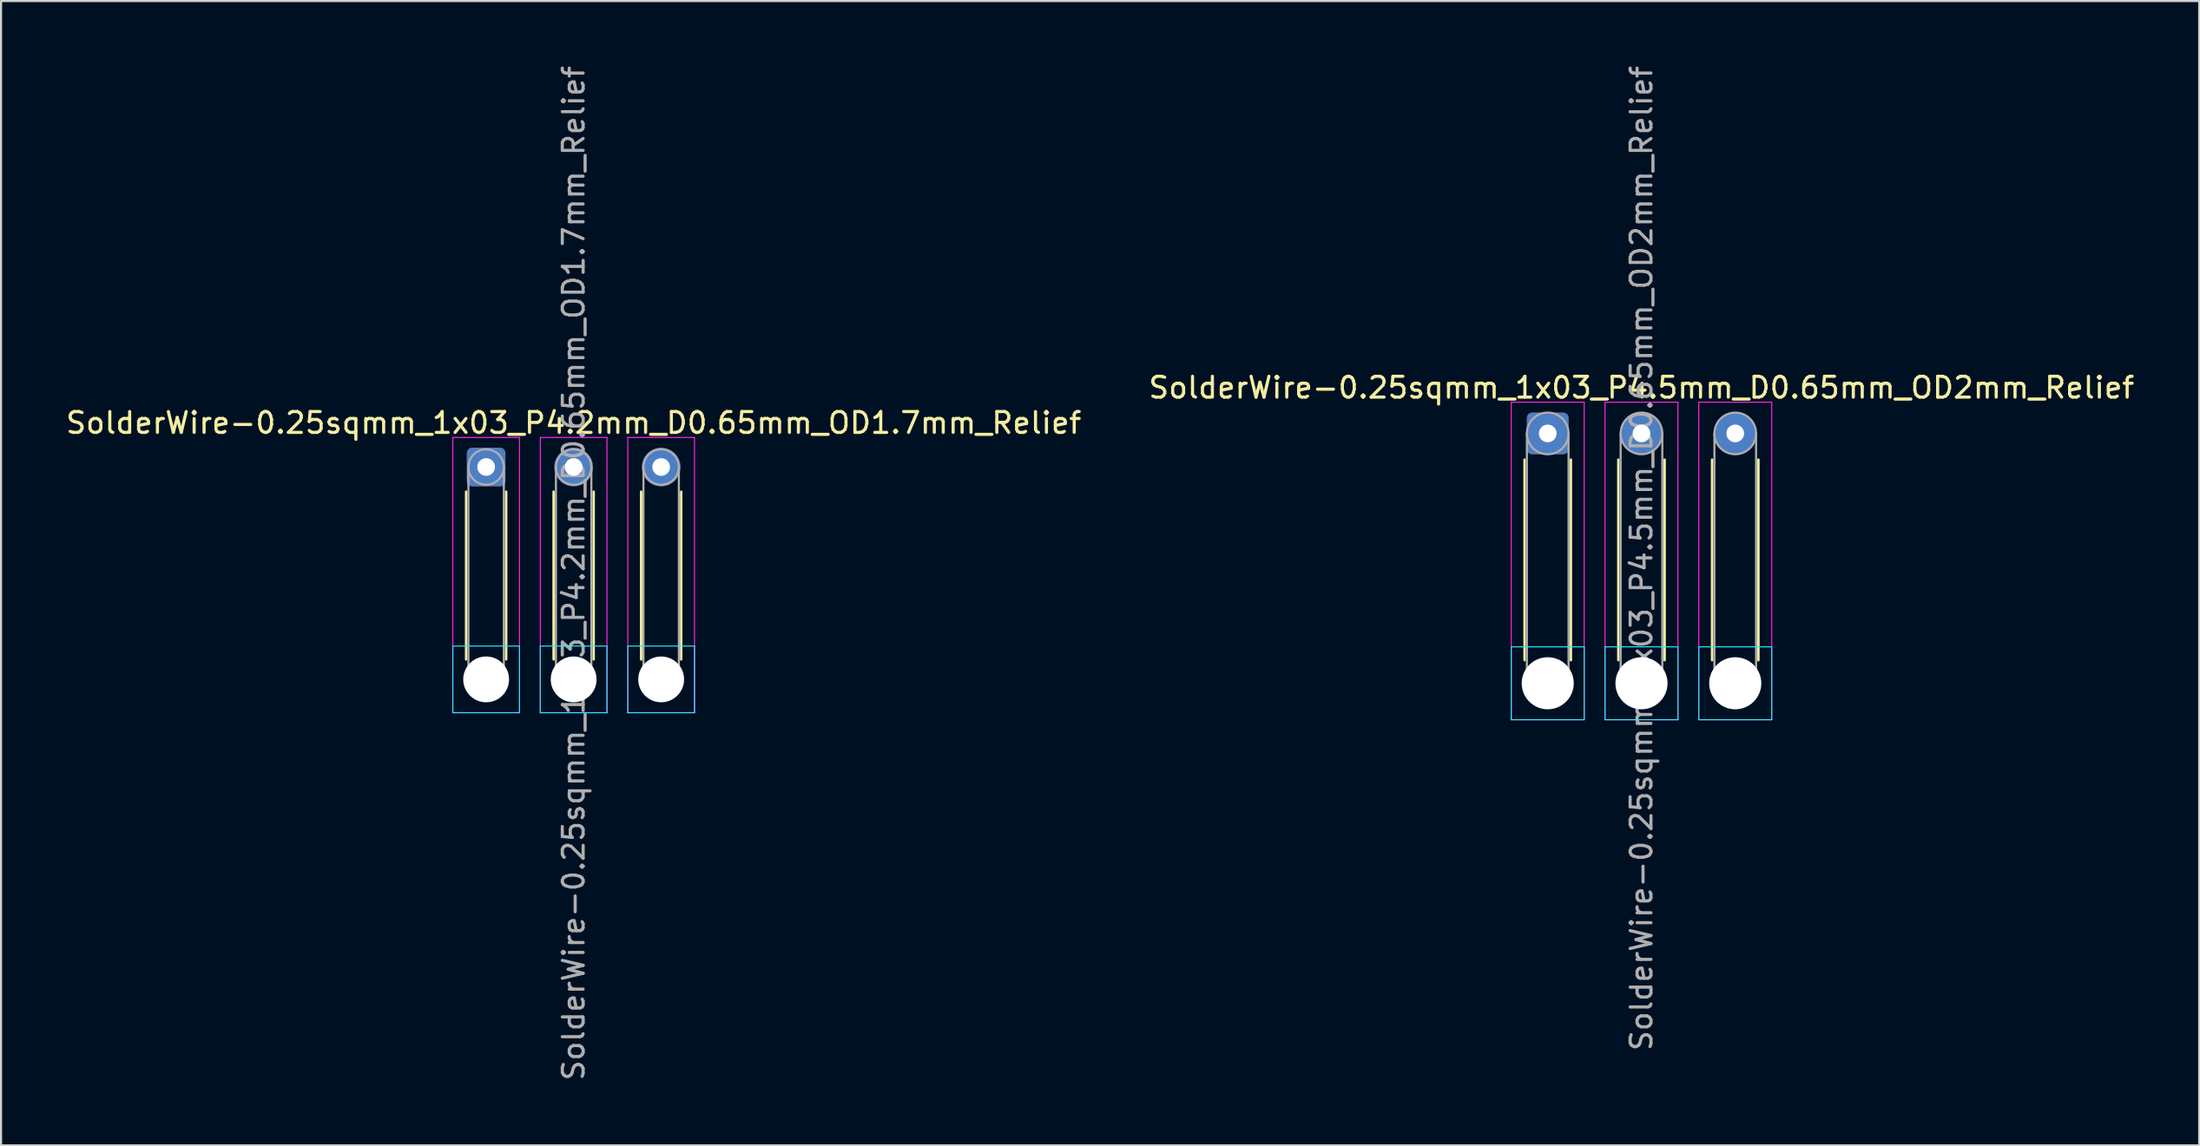
<source format=kicad_pcb>
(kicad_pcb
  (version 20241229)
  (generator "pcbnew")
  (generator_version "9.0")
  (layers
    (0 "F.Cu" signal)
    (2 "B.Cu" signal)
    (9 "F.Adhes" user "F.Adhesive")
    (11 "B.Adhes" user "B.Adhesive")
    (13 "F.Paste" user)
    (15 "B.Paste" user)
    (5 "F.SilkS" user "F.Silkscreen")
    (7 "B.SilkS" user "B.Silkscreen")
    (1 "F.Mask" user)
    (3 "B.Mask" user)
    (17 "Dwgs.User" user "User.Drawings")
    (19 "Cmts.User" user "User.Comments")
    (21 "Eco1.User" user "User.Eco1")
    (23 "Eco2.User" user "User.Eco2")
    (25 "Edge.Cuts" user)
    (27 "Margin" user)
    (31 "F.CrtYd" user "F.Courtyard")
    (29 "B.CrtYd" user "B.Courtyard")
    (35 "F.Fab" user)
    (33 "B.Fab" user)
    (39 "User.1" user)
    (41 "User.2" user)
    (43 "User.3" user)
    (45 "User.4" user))
  (footprint "SolderWire-0.25sqmm_1x03_P4.2mm_D0.65mm_OD1.7mm_Relief"
    (layer "F.Cu")
    (at 20.282 19.382)
    (property "Reference" "SolderWire-0.25sqmm_1x03_P4.2mm_D0.65mm_OD1.7mm_Relief" (at 4.2 -2.12 0) (layer "F.SilkS") (effects (font (size 1 1) (thickness 0.15))))
    (attr exclude_from_pos_files exclude_from_bom)
    (fp_line (start -0.96 1.185) (end -0.96 9.24) (stroke (width 0.12) (type solid)) (layer "F.SilkS"))
    (fp_line (start 0.96 1.185) (end 0.96 9.24) (stroke (width 0.12) (type solid)) (layer "F.SilkS"))
    (fp_line (start 3.24 1.185) (end 3.24 9.24) (stroke (width 0.12) (type solid)) (layer "F.SilkS"))
    (fp_line (start 5.16 1.185) (end 5.16 9.24) (stroke (width 0.12) (type solid)) (layer "F.SilkS"))
    (fp_line (start 7.44 1.185) (end 7.44 9.24) (stroke (width 0.12) (type solid)) (layer "F.SilkS"))
    (fp_line (start 9.36 1.185) (end 9.36 9.24) (stroke (width 0.12) (type solid)) (layer "F.SilkS"))
    (fp_line (start -1.6 8.6) (end -1.6 11.8) (stroke (width 0.05) (type solid)) (layer "B.CrtYd"))
    (fp_line (start -1.6 11.8) (end 1.6 11.8) (stroke (width 0.05) (type solid)) (layer "B.CrtYd"))
    (fp_line (start 1.6 8.6) (end -1.6 8.6) (stroke (width 0.05) (type solid)) (layer "B.CrtYd"))
    (fp_line (start 1.6 11.8) (end 1.6 8.6) (stroke (width 0.05) (type solid)) (layer "B.CrtYd"))
    (fp_line (start 2.6 8.6) (end 2.6 11.8) (stroke (width 0.05) (type solid)) (layer "B.CrtYd"))
    (fp_line (start 2.6 11.8) (end 5.8 11.8) (stroke (width 0.05) (type solid)) (layer "B.CrtYd"))
    (fp_line (start 5.8 8.6) (end 2.6 8.6) (stroke (width 0.05) (type solid)) (layer "B.CrtYd"))
    (fp_line (start 5.8 11.8) (end 5.8 8.6) (stroke (width 0.05) (type solid)) (layer "B.CrtYd"))
    (fp_line (start 6.8 8.6) (end 6.8 11.8) (stroke (width 0.05) (type solid)) (layer "B.CrtYd"))
    (fp_line (start 6.8 11.8) (end 10 11.8) (stroke (width 0.05) (type solid)) (layer "B.CrtYd"))
    (fp_line (start 10 8.6) (end 6.8 8.6) (stroke (width 0.05) (type solid)) (layer "B.CrtYd"))
    (fp_line (start 10 11.8) (end 10 8.6) (stroke (width 0.05) (type solid)) (layer "B.CrtYd"))
    (fp_line (start -1.6 -1.42) (end -1.6 11.8) (stroke (width 0.05) (type solid)) (layer "F.CrtYd"))
    (fp_line (start -1.6 11.8) (end 1.6 11.8) (stroke (width 0.05) (type solid)) (layer "F.CrtYd"))
    (fp_line (start 1.6 -1.42) (end -1.6 -1.42) (stroke (width 0.05) (type solid)) (layer "F.CrtYd"))
    (fp_line (start 1.6 11.8) (end 1.6 -1.42) (stroke (width 0.05) (type solid)) (layer "F.CrtYd"))
    (fp_line (start 2.6 -1.42) (end 2.6 11.8) (stroke (width 0.05) (type solid)) (layer "F.CrtYd"))
    (fp_line (start 2.6 11.8) (end 5.8 11.8) (stroke (width 0.05) (type solid)) (layer "F.CrtYd"))
    (fp_line (start 5.8 -1.42) (end 2.6 -1.42) (stroke (width 0.05) (type solid)) (layer "F.CrtYd"))
    (fp_line (start 5.8 11.8) (end 5.8 -1.42) (stroke (width 0.05) (type solid)) (layer "F.CrtYd"))
    (fp_line (start 6.8 -1.42) (end 6.8 11.8) (stroke (width 0.05) (type solid)) (layer "F.CrtYd"))
    (fp_line (start 6.8 11.8) (end 10 11.8) (stroke (width 0.05) (type solid)) (layer "F.CrtYd"))
    (fp_line (start 10 -1.42) (end 6.8 -1.42) (stroke (width 0.05) (type solid)) (layer "F.CrtYd"))
    (fp_line (start 10 11.8) (end 10 -1.42) (stroke (width 0.05) (type solid)) (layer "F.CrtYd"))
    (fp_line (start -0.85 0) (end -0.85 10.2) (stroke (width 0.1) (type solid)) (layer "F.Fab"))
    (fp_line (start 0.85 0) (end 0.85 10.2) (stroke (width 0.1) (type solid)) (layer "F.Fab"))
    (fp_line (start 3.35 0) (end 3.35 10.2) (stroke (width 0.1) (type solid)) (layer "F.Fab"))
    (fp_line (start 5.05 0) (end 5.05 10.2) (stroke (width 0.1) (type solid)) (layer "F.Fab"))
    (fp_line (start 7.55 0) (end 7.55 10.2) (stroke (width 0.1) (type solid)) (layer "F.Fab"))
    (fp_line (start 9.25 0) (end 9.25 10.2) (stroke (width 0.1) (type solid)) (layer "F.Fab"))
    (fp_circle (center 0 0) (end 0.85 0) (stroke (width 0.1) (type solid)) (fill no) (layer "F.Fab"))
    (fp_circle (center 0 10.2) (end 0.85 10.2) (stroke (width 0.1) (type solid)) (fill no) (layer "F.Fab"))
    (fp_circle (center 4.2 0) (end 5.05 0) (stroke (width 0.1) (type solid)) (fill no) (layer "F.Fab"))
    (fp_circle (center 4.2 10.2) (end 5.05 10.2) (stroke (width 0.1) (type solid)) (fill no) (layer "F.Fab"))
    (fp_circle (center 8.4 0) (end 9.25 0) (stroke (width 0.1) (type solid)) (fill no) (layer "F.Fab"))
    (fp_circle (center 8.4 10.2) (end 9.25 10.2) (stroke (width 0.1) (type solid)) (fill no) (layer "F.Fab"))
    (fp_text user "${REFERENCE}" (at 4.2 5.1 90) (layer "F.Fab") (effects (font (size 1 1) (thickness 0.15))))
    (pad "" np_thru_hole circle (at 0 10.2) (size 2.2 2.2) (drill 2.2) (layers "*.Cu" "*.Mask"))
    (pad "" np_thru_hole circle (at 4.2 10.2) (size 2.2 2.2) (drill 2.2) (layers "*.Cu" "*.Mask"))
    (pad "" np_thru_hole circle (at 8.4 10.2) (size 2.2 2.2) (drill 2.2) (layers "*.Cu" "*.Mask"))
    (pad "1" thru_hole roundrect (at 0 0) (size 1.85 1.85) (drill 0.85) (layers "*.Cu" "*.Mask") (roundrect_rratio 0.135))
    (pad "2" thru_hole circle (at 4.2 0) (size 1.85 1.85) (drill 0.85) (layers "*.Cu" "*.Mask"))
    (pad "3" thru_hole circle (at 8.4 0) (size 1.85 1.85) (drill 0.85) (layers "*.Cu" "*.Mask")))
  (footprint "SolderWire-0.25sqmm_1x03_P4.5mm_D0.65mm_OD2mm_Relief"
    (layer "F.Cu")
    (at 71.232 17.768)
    (property "Reference" "SolderWire-0.25sqmm_1x03_P4.5mm_D0.65mm_OD2mm_Relief" (at 4.5 -2.2 0) (layer "F.SilkS") (effects (font (size 1 1) (thickness 0.15))))
    (attr exclude_from_pos_files exclude_from_bom)
    (fp_line (start -1.11 1.26) (end -1.11 10.89) (stroke (width 0.12) (type solid)) (layer "F.SilkS"))
    (fp_line (start 1.11 1.26) (end 1.11 10.89) (stroke (width 0.12) (type solid)) (layer "F.SilkS"))
    (fp_line (start 3.39 1.26) (end 3.39 10.89) (stroke (width 0.12) (type solid)) (layer "F.SilkS"))
    (fp_line (start 5.61 1.26) (end 5.61 10.89) (stroke (width 0.12) (type solid)) (layer "F.SilkS"))
    (fp_line (start 7.89 1.26) (end 7.89 10.89) (stroke (width 0.12) (type solid)) (layer "F.SilkS"))
    (fp_line (start 10.11 1.26) (end 10.11 10.89) (stroke (width 0.12) (type solid)) (layer "F.SilkS"))
    (fp_line (start -1.75 10.25) (end -1.75 13.75) (stroke (width 0.05) (type solid)) (layer "B.CrtYd"))
    (fp_line (start -1.75 13.75) (end 1.75 13.75) (stroke (width 0.05) (type solid)) (layer "B.CrtYd"))
    (fp_line (start 1.75 10.25) (end -1.75 10.25) (stroke (width 0.05) (type solid)) (layer "B.CrtYd"))
    (fp_line (start 1.75 13.75) (end 1.75 10.25) (stroke (width 0.05) (type solid)) (layer "B.CrtYd"))
    (fp_line (start 2.75 10.25) (end 2.75 13.75) (stroke (width 0.05) (type solid)) (layer "B.CrtYd"))
    (fp_line (start 2.75 13.75) (end 6.25 13.75) (stroke (width 0.05) (type solid)) (layer "B.CrtYd"))
    (fp_line (start 6.25 10.25) (end 2.75 10.25) (stroke (width 0.05) (type solid)) (layer "B.CrtYd"))
    (fp_line (start 6.25 13.75) (end 6.25 10.25) (stroke (width 0.05) (type solid)) (layer "B.CrtYd"))
    (fp_line (start 7.25 10.25) (end 7.25 13.75) (stroke (width 0.05) (type solid)) (layer "B.CrtYd"))
    (fp_line (start 7.25 13.75) (end 10.75 13.75) (stroke (width 0.05) (type solid)) (layer "B.CrtYd"))
    (fp_line (start 10.75 10.25) (end 7.25 10.25) (stroke (width 0.05) (type solid)) (layer "B.CrtYd"))
    (fp_line (start 10.75 13.75) (end 10.75 10.25) (stroke (width 0.05) (type solid)) (layer "B.CrtYd"))
    (fp_line (start -1.75 -1.5) (end -1.75 13.75) (stroke (width 0.05) (type solid)) (layer "F.CrtYd"))
    (fp_line (start -1.75 13.75) (end 1.75 13.75) (stroke (width 0.05) (type solid)) (layer "F.CrtYd"))
    (fp_line (start 1.75 -1.5) (end -1.75 -1.5) (stroke (width 0.05) (type solid)) (layer "F.CrtYd"))
    (fp_line (start 1.75 13.75) (end 1.75 -1.5) (stroke (width 0.05) (type solid)) (layer "F.CrtYd"))
    (fp_line (start 2.75 -1.5) (end 2.75 13.75) (stroke (width 0.05) (type solid)) (layer "F.CrtYd"))
    (fp_line (start 2.75 13.75) (end 6.25 13.75) (stroke (width 0.05) (type solid)) (layer "F.CrtYd"))
    (fp_line (start 6.25 -1.5) (end 2.75 -1.5) (stroke (width 0.05) (type solid)) (layer "F.CrtYd"))
    (fp_line (start 6.25 13.75) (end 6.25 -1.5) (stroke (width 0.05) (type solid)) (layer "F.CrtYd"))
    (fp_line (start 7.25 -1.5) (end 7.25 13.75) (stroke (width 0.05) (type solid)) (layer "F.CrtYd"))
    (fp_line (start 7.25 13.75) (end 10.75 13.75) (stroke (width 0.05) (type solid)) (layer "F.CrtYd"))
    (fp_line (start 10.75 -1.5) (end 7.25 -1.5) (stroke (width 0.05) (type solid)) (layer "F.CrtYd"))
    (fp_line (start 10.75 13.75) (end 10.75 -1.5) (stroke (width 0.05) (type solid)) (layer "F.CrtYd"))
    (fp_line (start -1 0) (end -1 12) (stroke (width 0.1) (type solid)) (layer "F.Fab"))
    (fp_line (start 1 0) (end 1 12) (stroke (width 0.1) (type solid)) (layer "F.Fab"))
    (fp_line (start 3.5 0) (end 3.5 12) (stroke (width 0.1) (type solid)) (layer "F.Fab"))
    (fp_line (start 5.5 0) (end 5.5 12) (stroke (width 0.1) (type solid)) (layer "F.Fab"))
    (fp_line (start 8 0) (end 8 12) (stroke (width 0.1) (type solid)) (layer "F.Fab"))
    (fp_line (start 10 0) (end 10 12) (stroke (width 0.1) (type solid)) (layer "F.Fab"))
    (fp_circle (center 0 0) (end 1 0) (stroke (width 0.1) (type solid)) (fill no) (layer "F.Fab"))
    (fp_circle (center 0 12) (end 1 12) (stroke (width 0.1) (type solid)) (fill no) (layer "F.Fab"))
    (fp_circle (center 4.5 0) (end 5.5 0) (stroke (width 0.1) (type solid)) (fill no) (layer "F.Fab"))
    (fp_circle (center 4.5 12) (end 5.5 12) (stroke (width 0.1) (type solid)) (fill no) (layer "F.Fab"))
    (fp_circle (center 9 0) (end 10 0) (stroke (width 0.1) (type solid)) (fill no) (layer "F.Fab"))
    (fp_circle (center 9 12) (end 10 12) (stroke (width 0.1) (type solid)) (fill no) (layer "F.Fab"))
    (fp_text user "${REFERENCE}" (at 4.5 6 90) (layer "F.Fab") (effects (font (size 1 1) (thickness 0.15))))
    (pad "" np_thru_hole circle (at 0 12) (size 2.5 2.5) (drill 2.5) (layers "*.Cu" "*.Mask"))
    (pad "" np_thru_hole circle (at 4.5 12) (size 2.5 2.5) (drill 2.5) (layers "*.Cu" "*.Mask"))
    (pad "" np_thru_hole circle (at 9 12) (size 2.5 2.5) (drill 2.5) (layers "*.Cu" "*.Mask"))
    (pad "1" thru_hole roundrect (at 0 0) (size 2 2) (drill 0.85) (layers "*.Cu" "*.Mask") (roundrect_rratio 0.125))
    (pad "2" thru_hole circle (at 4.5 0) (size 2 2) (drill 0.85) (layers "*.Cu" "*.Mask"))
    (pad "3" thru_hole circle (at 9 0) (size 2 2) (drill 0.85) (layers "*.Cu" "*.Mask")))
  (gr_rect
    (start -3 -3)
    (end 102.5 51.964)
    (stroke (width 0.1) (type default))
    (fill no)
    (layer "Edge.Cuts")))
</source>
